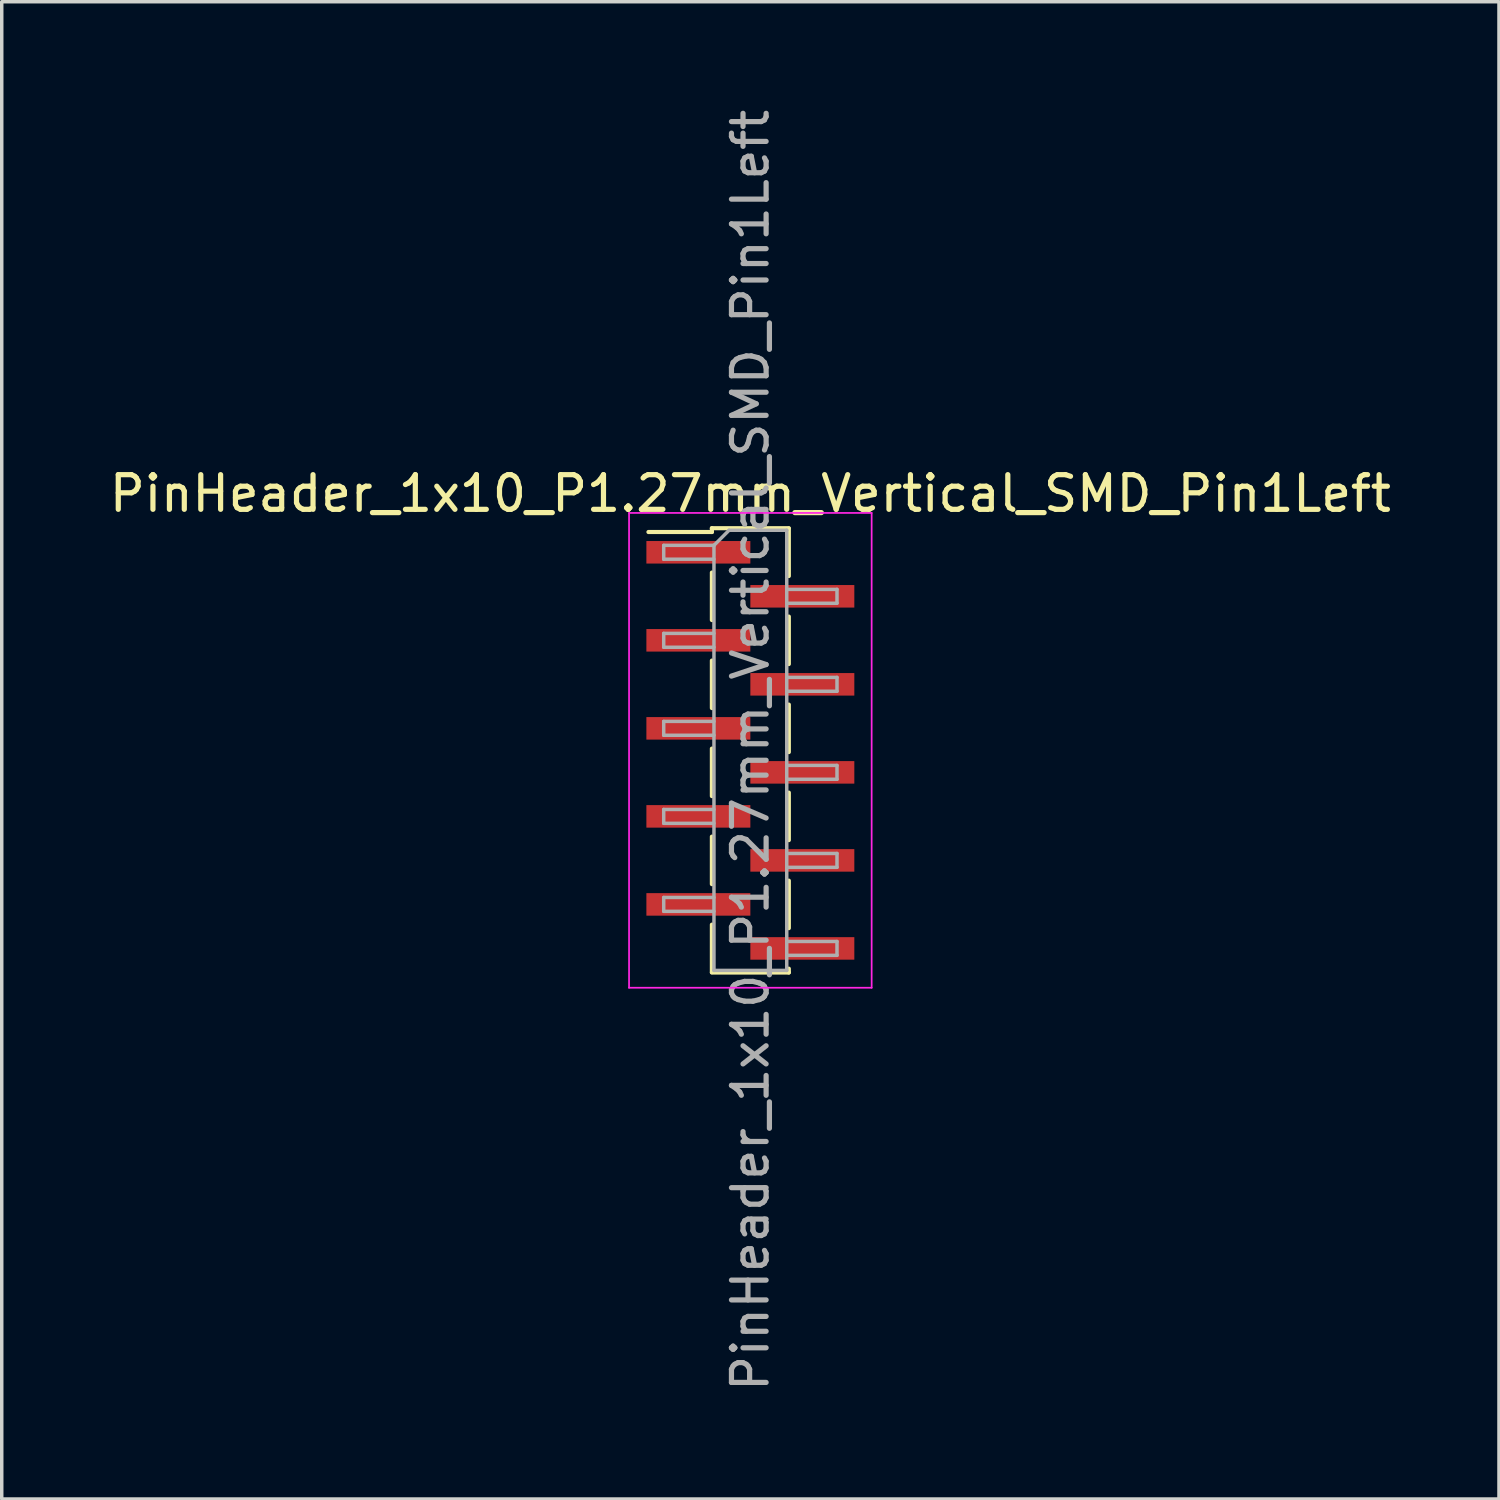
<source format=kicad_pcb>
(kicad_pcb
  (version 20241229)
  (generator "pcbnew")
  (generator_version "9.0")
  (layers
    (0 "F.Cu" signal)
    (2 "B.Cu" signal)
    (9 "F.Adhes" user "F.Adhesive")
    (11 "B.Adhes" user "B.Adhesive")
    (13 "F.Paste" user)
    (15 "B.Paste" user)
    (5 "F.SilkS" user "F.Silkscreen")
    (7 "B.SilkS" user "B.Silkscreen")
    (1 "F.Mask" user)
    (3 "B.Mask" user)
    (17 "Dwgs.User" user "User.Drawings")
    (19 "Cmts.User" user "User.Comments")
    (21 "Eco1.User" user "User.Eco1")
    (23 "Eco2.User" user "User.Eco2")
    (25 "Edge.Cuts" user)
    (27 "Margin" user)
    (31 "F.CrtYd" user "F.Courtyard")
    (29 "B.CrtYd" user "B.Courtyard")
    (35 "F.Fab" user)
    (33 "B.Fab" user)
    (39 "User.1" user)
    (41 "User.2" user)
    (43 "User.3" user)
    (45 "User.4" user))
  (footprint "PinHeader_1x10_P1.27mm_Vertical_SMD_Pin1Left"
    (layer "F.Cu")
    (at 18.601 18.601)
    (property "Reference" "PinHeader_1x10_P1.27mm_Vertical_SMD_Pin1Left" (at 0 -7.41 0) (layer "F.SilkS") (effects (font (size 1 1) (thickness 0.15))))
    (attr smd)
    (fp_line (start -1.11 -6.41) (end -1.11 -6.3) (stroke (width 0.12) (type solid)) (layer "F.SilkS"))
    (fp_line (start -1.11 -6.41) (end 1.11 -6.41) (stroke (width 0.12) (type solid)) (layer "F.SilkS"))
    (fp_line (start -1.11 -6.3) (end -2.94 -6.3) (stroke (width 0.12) (type solid)) (layer "F.SilkS"))
    (fp_line (start -1.11 -5.13) (end -1.11 -3.76) (stroke (width 0.12) (type solid)) (layer "F.SilkS"))
    (fp_line (start -1.11 -2.59) (end -1.11 -1.22) (stroke (width 0.12) (type solid)) (layer "F.SilkS"))
    (fp_line (start -1.11 -0.05) (end -1.11 1.32) (stroke (width 0.12) (type solid)) (layer "F.SilkS"))
    (fp_line (start -1.11 2.49) (end -1.11 3.86) (stroke (width 0.12) (type solid)) (layer "F.SilkS"))
    (fp_line (start -1.11 5.03) (end -1.11 6.4) (stroke (width 0.12) (type solid)) (layer "F.SilkS"))
    (fp_line (start -1.11 6.41) (end 1.11 6.41) (stroke (width 0.12) (type solid)) (layer "F.SilkS"))
    (fp_line (start 1.11 -6.4) (end 1.11 -5.03) (stroke (width 0.12) (type solid)) (layer "F.SilkS"))
    (fp_line (start 1.11 -3.86) (end 1.11 -2.49) (stroke (width 0.12) (type solid)) (layer "F.SilkS"))
    (fp_line (start 1.11 -1.32) (end 1.11 0.05) (stroke (width 0.12) (type solid)) (layer "F.SilkS"))
    (fp_line (start 1.11 1.22) (end 1.11 2.59) (stroke (width 0.12) (type solid)) (layer "F.SilkS"))
    (fp_line (start 1.11 3.76) (end 1.11 5.13) (stroke (width 0.12) (type solid)) (layer "F.SilkS"))
    (fp_line (start 1.11 6.3) (end 1.11 6.41) (stroke (width 0.12) (type solid)) (layer "F.SilkS"))
    (fp_line (start -3.5 -6.85) (end -3.5 6.85) (stroke (width 0.05) (type solid)) (layer "F.CrtYd"))
    (fp_line (start -3.5 6.85) (end 3.5 6.85) (stroke (width 0.05) (type solid)) (layer "F.CrtYd"))
    (fp_line (start 3.5 -6.85) (end -3.5 -6.85) (stroke (width 0.05) (type solid)) (layer "F.CrtYd"))
    (fp_line (start 3.5 6.85) (end 3.5 -6.85) (stroke (width 0.05) (type solid)) (layer "F.CrtYd"))
    (fp_line (start -2.5 -5.915) (end -2.5 -5.515) (stroke (width 0.1) (type solid)) (layer "F.Fab"))
    (fp_line (start -2.5 -5.515) (end -1.05 -5.515) (stroke (width 0.1) (type solid)) (layer "F.Fab"))
    (fp_line (start -2.5 -3.375) (end -2.5 -2.975) (stroke (width 0.1) (type solid)) (layer "F.Fab"))
    (fp_line (start -2.5 -2.975) (end -1.05 -2.975) (stroke (width 0.1) (type solid)) (layer "F.Fab"))
    (fp_line (start -2.5 -0.835) (end -2.5 -0.435) (stroke (width 0.1) (type solid)) (layer "F.Fab"))
    (fp_line (start -2.5 -0.435) (end -1.05 -0.435) (stroke (width 0.1) (type solid)) (layer "F.Fab"))
    (fp_line (start -2.5 1.705) (end -2.5 2.105) (stroke (width 0.1) (type solid)) (layer "F.Fab"))
    (fp_line (start -2.5 2.105) (end -1.05 2.105) (stroke (width 0.1) (type solid)) (layer "F.Fab"))
    (fp_line (start -2.5 4.245) (end -2.5 4.645) (stroke (width 0.1) (type solid)) (layer "F.Fab"))
    (fp_line (start -2.5 4.645) (end -1.05 4.645) (stroke (width 0.1) (type solid)) (layer "F.Fab"))
    (fp_line (start -1.05 -5.915) (end -2.5 -5.915) (stroke (width 0.1) (type solid)) (layer "F.Fab"))
    (fp_line (start -1.05 -5.915) (end -0.615 -6.35) (stroke (width 0.1) (type solid)) (layer "F.Fab"))
    (fp_line (start -1.05 -3.375) (end -2.5 -3.375) (stroke (width 0.1) (type solid)) (layer "F.Fab"))
    (fp_line (start -1.05 -0.835) (end -2.5 -0.835) (stroke (width 0.1) (type solid)) (layer "F.Fab"))
    (fp_line (start -1.05 1.705) (end -2.5 1.705) (stroke (width 0.1) (type solid)) (layer "F.Fab"))
    (fp_line (start -1.05 4.245) (end -2.5 4.245) (stroke (width 0.1) (type solid)) (layer "F.Fab"))
    (fp_line (start -1.05 6.35) (end -1.05 -5.915) (stroke (width 0.1) (type solid)) (layer "F.Fab"))
    (fp_line (start -0.615 -6.35) (end 1.05 -6.35) (stroke (width 0.1) (type solid)) (layer "F.Fab"))
    (fp_line (start 1.05 -6.35) (end 1.05 6.35) (stroke (width 0.1) (type solid)) (layer "F.Fab"))
    (fp_line (start 1.05 -4.645) (end 2.5 -4.645) (stroke (width 0.1) (type solid)) (layer "F.Fab"))
    (fp_line (start 1.05 -2.105) (end 2.5 -2.105) (stroke (width 0.1) (type solid)) (layer "F.Fab"))
    (fp_line (start 1.05 0.435) (end 2.5 0.435) (stroke (width 0.1) (type solid)) (layer "F.Fab"))
    (fp_line (start 1.05 2.975) (end 2.5 2.975) (stroke (width 0.1) (type solid)) (layer "F.Fab"))
    (fp_line (start 1.05 5.515) (end 2.5 5.515) (stroke (width 0.1) (type solid)) (layer "F.Fab"))
    (fp_line (start 1.05 6.35) (end -1.05 6.35) (stroke (width 0.1) (type solid)) (layer "F.Fab"))
    (fp_line (start 2.5 -4.645) (end 2.5 -4.245) (stroke (width 0.1) (type solid)) (layer "F.Fab"))
    (fp_line (start 2.5 -4.245) (end 1.05 -4.245) (stroke (width 0.1) (type solid)) (layer "F.Fab"))
    (fp_line (start 2.5 -2.105) (end 2.5 -1.705) (stroke (width 0.1) (type solid)) (layer "F.Fab"))
    (fp_line (start 2.5 -1.705) (end 1.05 -1.705) (stroke (width 0.1) (type solid)) (layer "F.Fab"))
    (fp_line (start 2.5 0.435) (end 2.5 0.835) (stroke (width 0.1) (type solid)) (layer "F.Fab"))
    (fp_line (start 2.5 0.835) (end 1.05 0.835) (stroke (width 0.1) (type solid)) (layer "F.Fab"))
    (fp_line (start 2.5 2.975) (end 2.5 3.375) (stroke (width 0.1) (type solid)) (layer "F.Fab"))
    (fp_line (start 2.5 3.375) (end 1.05 3.375) (stroke (width 0.1) (type solid)) (layer "F.Fab"))
    (fp_line (start 2.5 5.515) (end 2.5 5.915) (stroke (width 0.1) (type solid)) (layer "F.Fab"))
    (fp_line (start 2.5 5.915) (end 1.05 5.915) (stroke (width 0.1) (type solid)) (layer "F.Fab"))
    (fp_text user "${REFERENCE}" (at 0 0 90) (layer "F.Fab") (effects (font (size 1 1) (thickness 0.15))))
    (pad "1" smd rect (at -1.5 -5.715) (size 3 0.65) (layers "F.Cu" "F.Mask" "F.Paste"))
    (pad "2" smd rect (at 1.5 -4.445) (size 3 0.65) (layers "F.Cu" "F.Mask" "F.Paste"))
    (pad "3" smd rect (at -1.5 -3.175) (size 3 0.65) (layers "F.Cu" "F.Mask" "F.Paste"))
    (pad "4" smd rect (at 1.5 -1.905) (size 3 0.65) (layers "F.Cu" "F.Mask" "F.Paste"))
    (pad "5" smd rect (at -1.5 -0.635) (size 3 0.65) (layers "F.Cu" "F.Mask" "F.Paste"))
    (pad "6" smd rect (at 1.5 0.635) (size 3 0.65) (layers "F.Cu" "F.Mask" "F.Paste"))
    (pad "7" smd rect (at -1.5 1.905) (size 3 0.65) (layers "F.Cu" "F.Mask" "F.Paste"))
    (pad "8" smd rect (at 1.5 3.175) (size 3 0.65) (layers "F.Cu" "F.Mask" "F.Paste"))
    (pad "9" smd rect (at -1.5 4.445) (size 3 0.65) (layers "F.Cu" "F.Mask" "F.Paste"))
    (pad "10" smd rect (at 1.5 5.715) (size 3 0.65) (layers "F.Cu" "F.Mask" "F.Paste")))
  (gr_rect
    (start -3 -3)
    (end 40.202 40.202)
    (stroke (width 0.1) (type default))
    (fill no)
    (layer "Edge.Cuts")))
</source>
